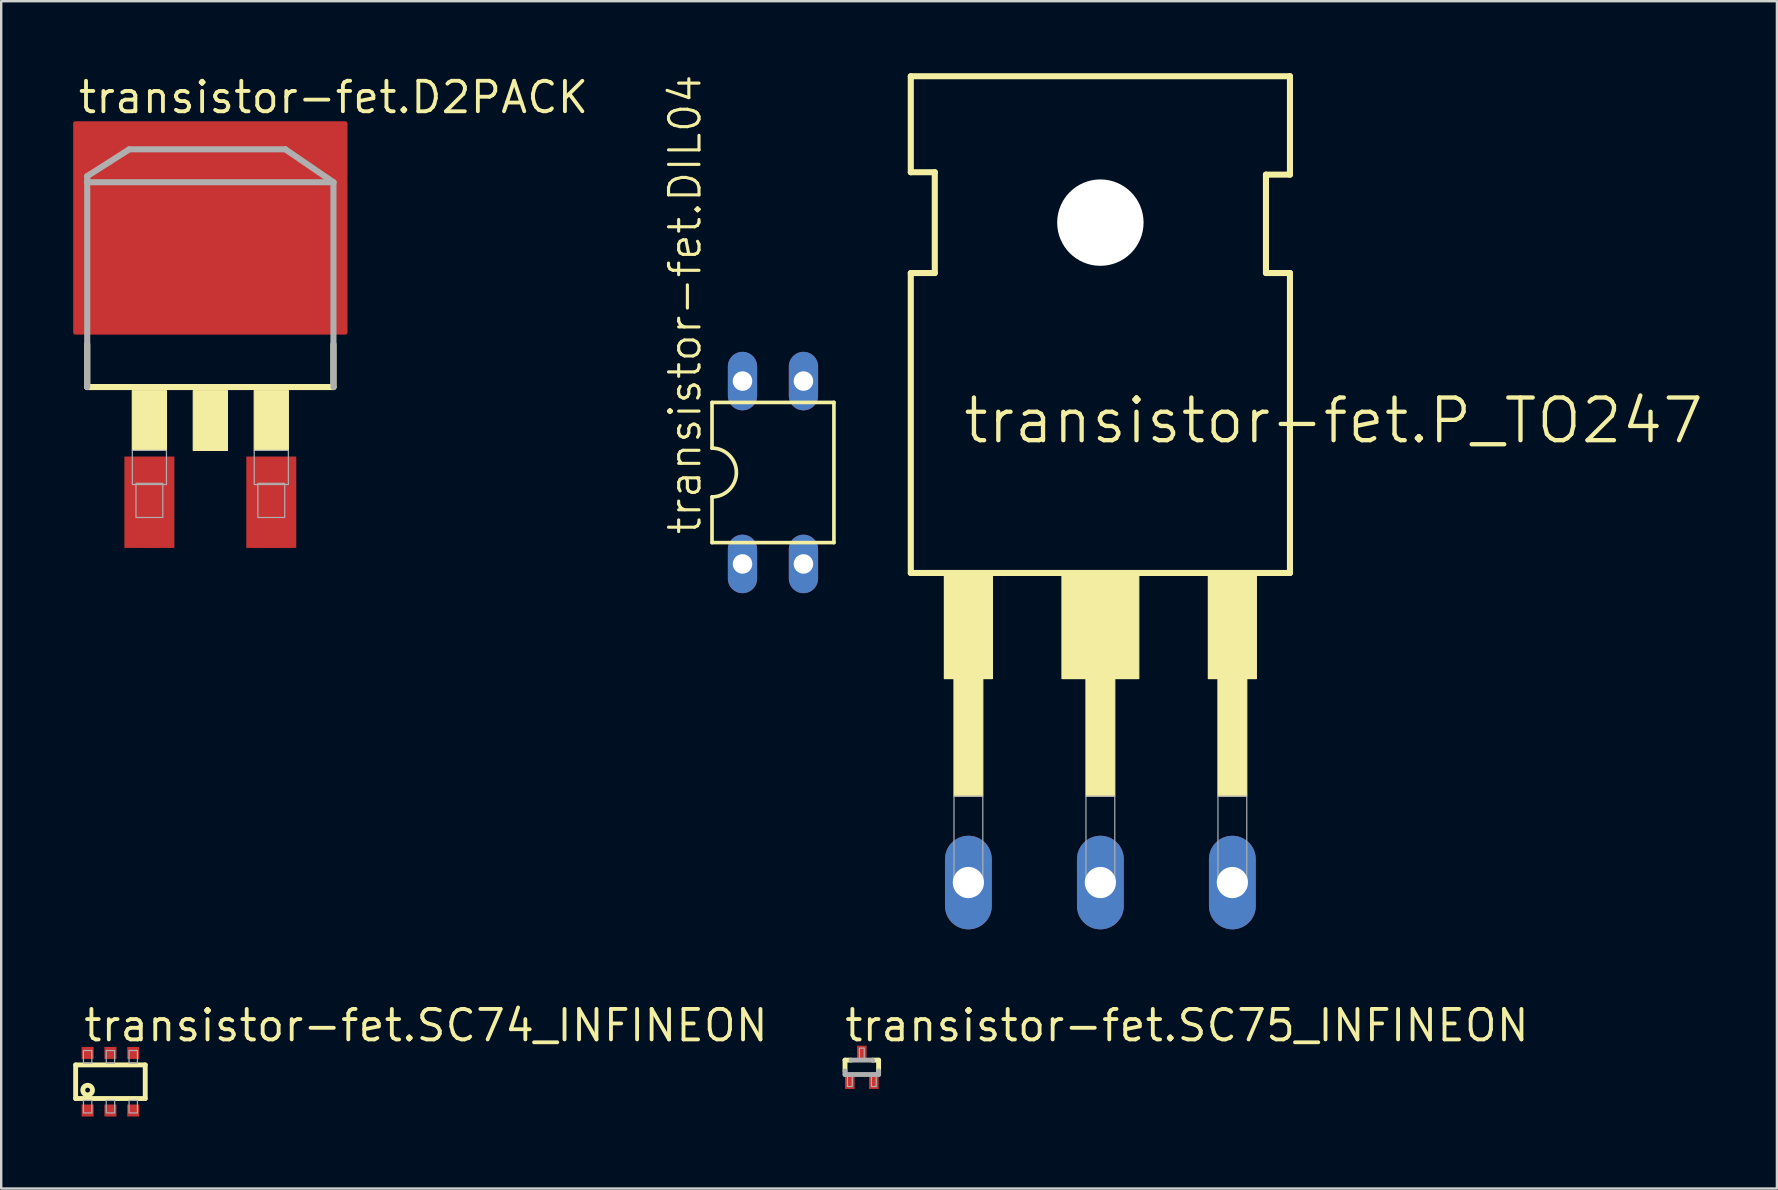
<source format=kicad_pcb>
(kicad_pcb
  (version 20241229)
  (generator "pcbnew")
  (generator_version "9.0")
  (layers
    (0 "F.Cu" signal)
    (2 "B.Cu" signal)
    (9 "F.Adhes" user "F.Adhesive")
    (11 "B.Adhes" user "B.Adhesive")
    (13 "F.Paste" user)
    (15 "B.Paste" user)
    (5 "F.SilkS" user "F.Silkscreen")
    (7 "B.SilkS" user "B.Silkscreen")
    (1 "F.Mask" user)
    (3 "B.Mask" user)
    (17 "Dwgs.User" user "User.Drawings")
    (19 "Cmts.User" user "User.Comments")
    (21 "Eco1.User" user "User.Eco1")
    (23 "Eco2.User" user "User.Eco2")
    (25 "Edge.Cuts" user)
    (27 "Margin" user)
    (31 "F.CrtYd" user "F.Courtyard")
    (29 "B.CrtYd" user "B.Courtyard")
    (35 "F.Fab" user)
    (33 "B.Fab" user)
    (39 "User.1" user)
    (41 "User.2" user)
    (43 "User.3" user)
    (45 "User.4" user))
  (footprint "transistor-fet.DIL04"
    (layer "F.Cu")
    (at 29.161 16.64)
    (property "Reference" "transistor-fet.DIL04" (at -2.921 2.667 90) (layer "F.SilkS") (effects (font (size 1.27 1.27) (thickness 0.13)) (justify left bottom)))
    (attr through_hole)
    (fp_line (start -2.54 -2.921) (end -2.54 -1.016) (stroke (width 0.152) (type default)) (layer "F.SilkS"))
    (fp_line (start -2.54 2.921) (end -2.54 1.016) (stroke (width 0.152) (type default)) (layer "F.SilkS"))
    (fp_line (start -2.54 2.921) (end 2.54 2.921) (stroke (width 0.152) (type default)) (layer "F.SilkS"))
    (fp_line (start 2.54 -2.921) (end -2.54 -2.921) (stroke (width 0.152) (type default)) (layer "F.SilkS"))
    (fp_line (start 2.54 -2.921) (end 2.54 2.921) (stroke (width 0.152) (type default)) (layer "F.SilkS"))
    (fp_arc (start -2.54 -1.016) (mid -1.524 0) (end -2.54 1.016) (stroke (width 0.1524) (type default)) (layer "F.SilkS"))
    (pad "1" thru_hole oval (at -1.27 3.81 90) (size 2.438 1.219) (drill 0.813) (layers "*.Cu" "*.Mask"))
    (pad "2" thru_hole oval (at 1.27 3.81 90) (size 2.438 1.219) (drill 0.813) (layers "*.Cu" "*.Mask"))
    (pad "3" thru_hole oval (at 1.27 -3.81 90) (size 2.438 1.219) (drill 0.813) (layers "*.Cu" "*.Mask"))
    (pad "4" thru_hole oval (at -1.27 -3.81 90) (size 2.438 1.219) (drill 0.813) (layers "*.Cu" "*.Mask")))
  (footprint "transistor-fet.SC75_INFINEON"
    (layer "F.Cu")
    (at 32.863 41.427)
    (property "Reference" "transistor-fet.SC75_INFINEON" (at -0.8 -1 0) (layer "F.SilkS") (effects (font (size 1.27 1.27) (thickness 0.16)) (justify left bottom)))
    (attr smd)
    (fp_line (start -0.7 -0.3) (end -0.45 -0.3) (stroke (width 0.203) (type default)) (layer "F.SilkS"))
    (fp_line (start -0.7 0.15) (end -0.7 -0.3) (stroke (width 0.203) (type default)) (layer "F.SilkS"))
    (fp_line (start 0.45 -0.3) (end 0.7 -0.3) (stroke (width 0.203) (type default)) (layer "F.SilkS"))
    (fp_line (start 0.7 -0.3) (end 0.7 0.15) (stroke (width 0.203) (type default)) (layer "F.SilkS"))
    (fp_line (start -0.7 0.3) (end -0.7 0.15) (stroke (width 0.203) (type default)) (layer "F.Fab"))
    (fp_line (start -0.45 -0.3) (end 0.45 -0.3) (stroke (width 0.203) (type default)) (layer "F.Fab"))
    (fp_line (start 0.7 0.15) (end 0.7 0.3) (stroke (width 0.203) (type default)) (layer "F.Fab"))
    (fp_line (start 0.7 0.3) (end -0.7 0.3) (stroke (width 0.203) (type default)) (layer "F.Fab"))
    (fp_rect (start -0.6 0.8) (end -0.4 0.35) (stroke (width 0.05) (type default)) (fill no) (layer "F.Fab"))
    (fp_rect (start -0.1 -0.35) (end 0.1 -0.8) (stroke (width 0.05) (type default)) (fill no) (layer "F.Fab"))
    (fp_rect (start 0.4 0.8) (end 0.6 0.35) (stroke (width 0.05) (type default)) (fill no) (layer "F.Fab"))
    (pad "1" smd roundrect (at -0.5 0.575) (size 0.4 0.65) (layers "F.Cu" "F.Mask" "F.Paste") (roundrect_rratio 0.01))
    (pad "2" smd roundrect (at 0 -0.575) (size 0.4 0.65) (layers "F.Cu" "F.Mask" "F.Paste") (roundrect_rratio 0.01))
    (pad "3" smd roundrect (at 0.5 0.575) (size 0.4 0.65) (layers "F.Cu" "F.Mask" "F.Paste") (roundrect_rratio 0.01)))
  (footprint "transistor-fet.D2PACK"
    (layer "F.Cu")
    (at 5.715 8.989)
    (property "Reference" "transistor-fet.D2PACK" (at -5.588 -7.239 0) (layer "F.SilkS") (effects (font (size 1.27 1.27) (thickness 0.16)) (justify left bottom)))
    (attr smd)
    (fp_line (start -5.131 4.089) (end -5.131 2.311) (stroke (width 0.254) (type default)) (layer "F.SilkS"))
    (fp_line (start -5.131 4.089) (end 5.131 4.089) (stroke (width 0.254) (type default)) (layer "F.SilkS"))
    (fp_line (start 5.131 4.089) (end 5.131 2.311) (stroke (width 0.254) (type default)) (layer "F.SilkS"))
    (fp_rect (start -3.251 6.731) (end -1.829 4.242) (stroke (width 0.05) (type default)) (fill yes) (layer "F.SilkS"))
    (fp_rect (start -0.711 6.731) (end 0.711 4.242) (stroke (width 0.05) (type default)) (fill yes) (layer "F.SilkS"))
    (fp_rect (start 1.829 6.731) (end 3.251 4.242) (stroke (width 0.05) (type default)) (fill yes) (layer "F.SilkS"))
    (fp_line (start -5.131 -4.699) (end -5.131 -4.445) (stroke (width 0.254) (type default)) (layer "F.Fab"))
    (fp_line (start -5.131 -4.445) (end -5.131 4.089) (stroke (width 0.254) (type default)) (layer "F.Fab"))
    (fp_line (start -5.131 -4.445) (end 5.131 -4.445) (stroke (width 0.254) (type default)) (layer "F.Fab"))
    (fp_line (start -3.378 -5.817) (end -5.131 -4.699) (stroke (width 0.254) (type default)) (layer "F.Fab"))
    (fp_line (start 3.124 -5.817) (end -3.378 -5.817) (stroke (width 0.254) (type default)) (layer "F.Fab"))
    (fp_line (start 5.131 -4.445) (end 3.124 -5.817) (stroke (width 0.254) (type default)) (layer "F.Fab"))
    (fp_line (start 5.131 4.089) (end 5.131 -4.445) (stroke (width 0.254) (type default)) (layer "F.Fab"))
    (fp_rect (start -3.251 8.153) (end -1.829 6.731) (stroke (width 0.05) (type default)) (fill no) (layer "F.Fab"))
    (fp_rect (start -3.099 9.525) (end -1.981 8.103) (stroke (width 0.05) (type default)) (fill no) (layer "F.Fab"))
    (fp_rect (start 1.829 8.153) (end 3.251 6.731) (stroke (width 0.05) (type default)) (fill no) (layer "F.Fab"))
    (fp_rect (start 1.981 9.525) (end 3.099 8.103) (stroke (width 0.05) (type default)) (fill no) (layer "F.Fab"))
    (pad "1" smd roundrect (at -2.54 8.89) (size 2.083 3.81) (layers "F.Cu" "F.Mask" "F.Paste") (roundrect_rratio 0.01))
    (pad "2" smd roundrect (at 0 -2.54) (size 11.43 8.89) (layers "F.Cu" "F.Mask" "F.Paste") (roundrect_rratio 0.01))
    (pad "3" smd roundrect (at 2.54 8.89) (size 2.083 3.81) (layers "F.Cu" "F.Mask" "F.Paste") (roundrect_rratio 0.01)))
  (footprint "transistor-fet.SC74_INFINEON"
    (layer "F.Cu")
    (at 1.552 42.027)
    (property "Reference" "transistor-fet.SC74_INFINEON" (at -1.2 -1.6 0) (layer "F.SilkS") (effects (font (size 1.27 1.27) (thickness 0.16)) (justify left bottom)))
    (attr smd)
    (fp_line (start -1.45 -0.7) (end -1.45 0.7) (stroke (width 0.203) (type default)) (layer "F.SilkS"))
    (fp_line (start -1.45 0.7) (end 1.45 0.7) (stroke (width 0.203) (type default)) (layer "F.SilkS"))
    (fp_line (start 1.45 -0.7) (end -1.45 -0.7) (stroke (width 0.203) (type default)) (layer "F.SilkS"))
    (fp_line (start 1.45 0.7) (end 1.45 -0.7) (stroke (width 0.203) (type default)) (layer "F.SilkS"))
    (fp_circle (center -0.95 0.35) (end -0.85 0.35) (stroke (width 0.203) (type default)) (fill no) (layer "F.SilkS"))
    (fp_rect (start -1.125 -0.775) (end -0.775 -1.3) (stroke (width 0.05) (type default)) (fill no) (layer "F.Fab"))
    (fp_rect (start -1.125 1.3) (end -0.775 0.775) (stroke (width 0.05) (type default)) (fill no) (layer "F.Fab"))
    (fp_rect (start -0.175 -0.775) (end 0.175 -1.3) (stroke (width 0.05) (type default)) (fill no) (layer "F.Fab"))
    (fp_rect (start -0.175 1.3) (end 0.175 0.775) (stroke (width 0.05) (type default)) (fill no) (layer "F.Fab"))
    (fp_rect (start 0.775 -0.775) (end 1.125 -1.3) (stroke (width 0.05) (type default)) (fill no) (layer "F.Fab"))
    (fp_rect (start 0.775 1.3) (end 1.125 0.775) (stroke (width 0.05) (type default)) (fill no) (layer "F.Fab"))
    (pad "1" smd roundrect (at -0.95 1.2) (size 0.5 0.5) (layers "F.Cu" "F.Mask" "F.Paste") (roundrect_rratio 0.01))
    (pad "2" smd roundrect (at 0 1.2) (size 0.5 0.5) (layers "F.Cu" "F.Mask" "F.Paste") (roundrect_rratio 0.01))
    (pad "3" smd roundrect (at 0.95 1.2) (size 0.5 0.5) (layers "F.Cu" "F.Mask" "F.Paste") (roundrect_rratio 0.01))
    (pad "4" smd roundrect (at 0.95 -1.2) (size 0.5 0.5) (layers "F.Cu" "F.Mask" "F.Paste") (roundrect_rratio 0.01))
    (pad "5" smd roundrect (at 0 -1.2) (size 0.5 0.5) (layers "F.Cu" "F.Mask" "F.Paste") (roundrect_rratio 0.01))
    (pad "6" smd roundrect (at -0.95 -1.2) (size 0.5 0.5) (layers "F.Cu" "F.Mask" "F.Paste") (roundrect_rratio 0.01)))
  (footprint "transistor-fet.P_TO247"
    (layer "F.Cu")
    (at 42.804 6.227)
    (property "Reference" "transistor-fet.P_TO247" (at -5.81 9.293 0) (layer "F.SilkS") (effects (font (size 1.778 1.778) (thickness 0.18)) (justify left bottom)))
    (attr through_hole)
    (fp_line (start -7.9 -6.1) (end 7.9 -6.1) (stroke (width 0.254) (type default)) (layer "F.SilkS"))
    (fp_line (start -7.9 -2.1) (end -7.9 -6.1) (stroke (width 0.254) (type default)) (layer "F.SilkS"))
    (fp_line (start -7.9 2.1) (end -6.9 2.1) (stroke (width 0.254) (type default)) (layer "F.SilkS"))
    (fp_line (start -7.9 14.6) (end -7.9 2.1) (stroke (width 0.254) (type default)) (layer "F.SilkS"))
    (fp_line (start -6.9 -2.1) (end -7.9 -2.1) (stroke (width 0.254) (type default)) (layer "F.SilkS"))
    (fp_line (start -6.9 2.1) (end -6.9 -2.1) (stroke (width 0.254) (type default)) (layer "F.SilkS"))
    (fp_line (start 6.9 -2) (end 6.9 2.1) (stroke (width 0.254) (type default)) (layer "F.SilkS"))
    (fp_line (start 6.9 2.1) (end 7.9 2.1) (stroke (width 0.254) (type default)) (layer "F.SilkS"))
    (fp_line (start 7.9 -6.1) (end 7.9 -2) (stroke (width 0.254) (type default)) (layer "F.SilkS"))
    (fp_line (start 7.9 -2) (end 6.9 -2) (stroke (width 0.254) (type default)) (layer "F.SilkS"))
    (fp_line (start 7.9 2.1) (end 7.9 14.6) (stroke (width 0.254) (type default)) (layer "F.SilkS"))
    (fp_line (start 7.9 14.6) (end -7.9 14.6) (stroke (width 0.254) (type default)) (layer "F.SilkS"))
    (fp_rect (start -6.5 19) (end -4.5 14.7) (stroke (width 0.05) (type default)) (fill yes) (layer "F.SilkS"))
    (fp_rect (start -6.1 23.9) (end -4.9 19) (stroke (width 0.05) (type default)) (fill yes) (layer "F.SilkS"))
    (fp_rect (start -1.6 19) (end 1.6 14.7) (stroke (width 0.05) (type default)) (fill yes) (layer "F.SilkS"))
    (fp_rect (start -0.6 23.9) (end 0.6 19) (stroke (width 0.05) (type default)) (fill yes) (layer "F.SilkS"))
    (fp_rect (start 4.5 19) (end 6.5 14.7) (stroke (width 0.05) (type default)) (fill yes) (layer "F.SilkS"))
    (fp_rect (start 4.9 23.9) (end 6.1 19) (stroke (width 0.05) (type default)) (fill yes) (layer "F.SilkS"))
    (fp_rect (start -6.1 27.5) (end -4.9 23.9) (stroke (width 0.05) (type default)) (fill no) (layer "F.Fab"))
    (fp_rect (start -0.6 27.5) (end 0.6 23.9) (stroke (width 0.05) (type default)) (fill no) (layer "F.Fab"))
    (fp_rect (start 4.9 27.5) (end 6.1 23.9) (stroke (width 0.05) (type default)) (fill no) (layer "F.Fab"))
    (pad "" np_thru_hole circle (at 0 0) (size 3.6 3.6) (drill 3.6) (layers "*.Cu" "*.Mask"))
    (pad "1" thru_hole oval (at -5.5 27.5 90) (size 3.9 1.95) (drill 1.3) (layers "*.Cu" "*.Mask"))
    (pad "2" thru_hole oval (at 0 27.5 90) (size 3.9 1.95) (drill 1.3) (layers "*.Cu" "*.Mask"))
    (pad "3" thru_hole oval (at 5.5 27.5 90) (size 3.9 1.95) (drill 1.3) (layers "*.Cu" "*.Mask")))
  (gr_rect
    (start -3 -3)
    (end 70.997 46.477)
    (stroke (width 0.1) (type default))
    (fill no)
    (layer "Edge.Cuts")))
</source>
